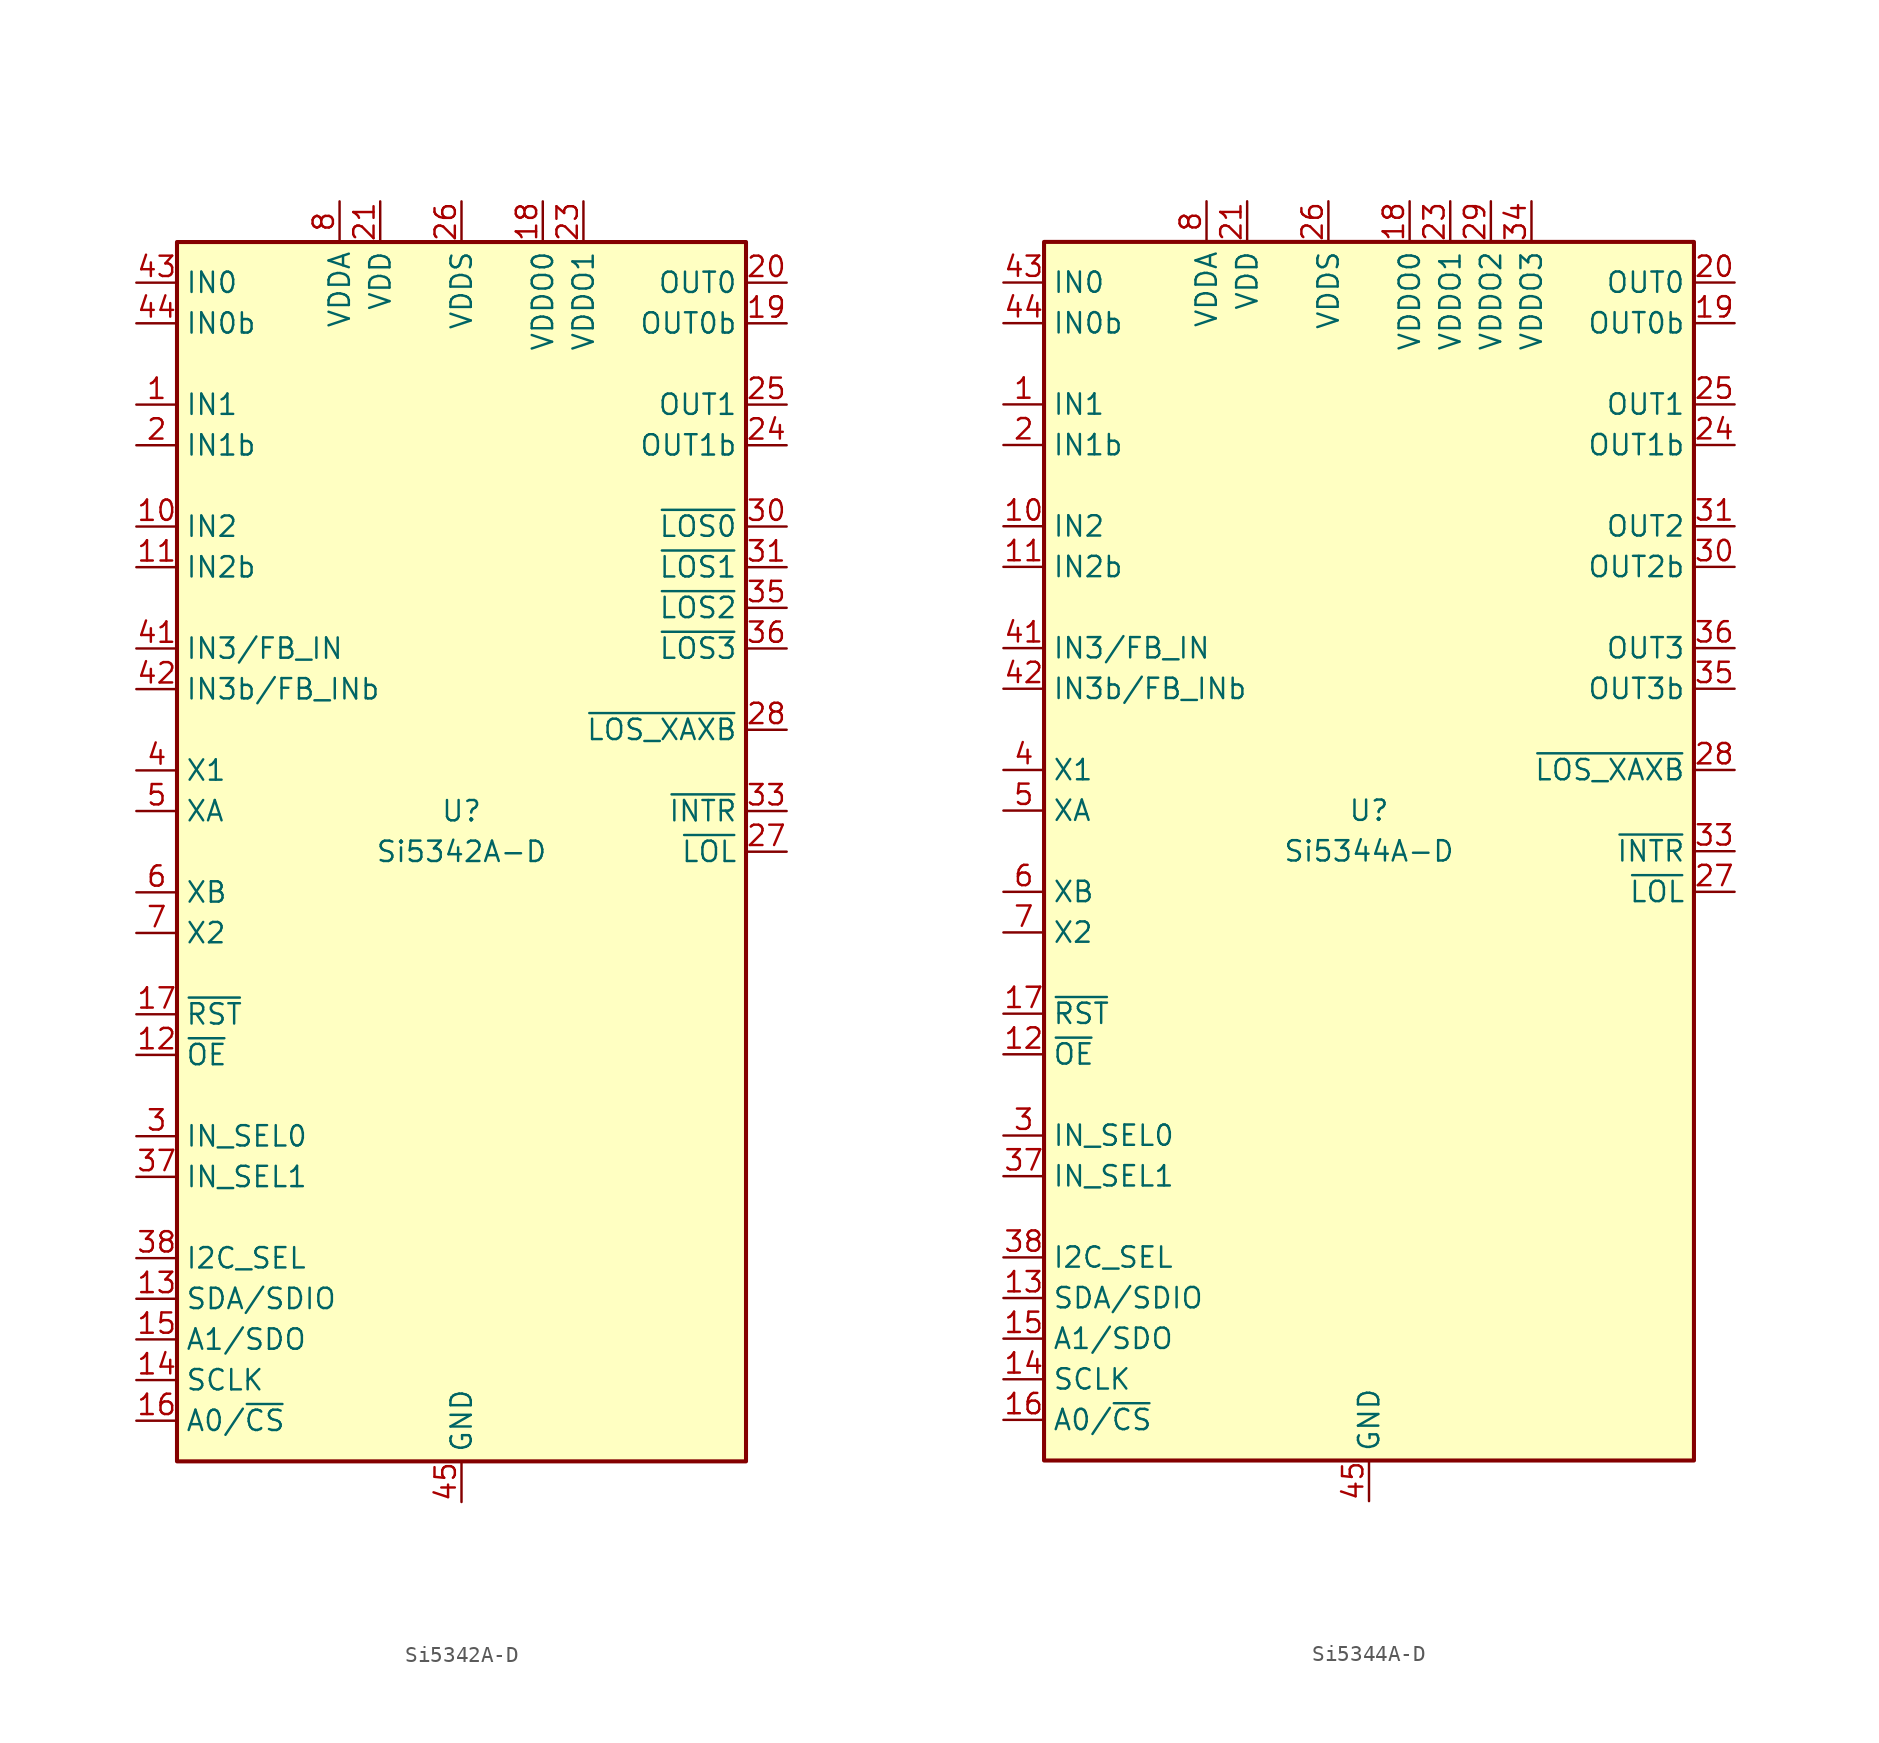
<source format=kicad_sym>
(kicad_symbol_lib
  (version 20211014)
  (generator kicad_symbol_editor)
  (symbol "Si5342A-D"
    (property "Reference" "U"
      (at 0 2.54 0)
      (effects (font (size 1.27 1.27))))
    (property "Value" "Si5342A-D"
      (at 0 0 0)
      (effects (font (size 1.27 1.27))))
    (symbol "Si5342A-D_0_1"
      (rectangle (start -17.78 38.1) (end 17.78 -38.1) (stroke (width 0.254) (type default) (color 0 0 0 0)) (fill (type background))))
    (symbol "Si5342A-D_1_1"
      (pin input line (at -20.32 27.94 0) (length 2.54) (name "IN1" (effects (font (size 1.27 1.27)))) (number "1" (effects (font (size 1.27 1.27)))))
      (pin input line (at -20.32 20.32 0) (length 2.54) (name "IN2" (effects (font (size 1.27 1.27)))) (number "10" (effects (font (size 1.27 1.27)))))
      (pin input line (at -20.32 17.78 0) (length 2.54) (name "IN2b" (effects (font (size 1.27 1.27)))) (number "11" (effects (font (size 1.27 1.27)))))
      (pin input line (at -20.32 -12.7 0) (length 2.54) (name "~{OE}" (effects (font (size 1.27 1.27)))) (number "12" (effects (font (size 1.27 1.27)))))
      (pin bidirectional line (at -20.32 -27.94 0) (length 2.54) (name "SDA/SDIO" (effects (font (size 1.27 1.27)))) (number "13" (effects (font (size 1.27 1.27)))))
      (pin input line (at -20.32 -33.02 0) (length 2.54) (name "SCLK" (effects (font (size 1.27 1.27)))) (number "14" (effects (font (size 1.27 1.27)))))
      (pin bidirectional line (at -20.32 -30.48 0) (length 2.54) (name "A1/SDO" (effects (font (size 1.27 1.27)))) (number "15" (effects (font (size 1.27 1.27)))))
      (pin input line (at -20.32 -35.56 0) (length 2.54) (name "A0/~{CS}" (effects (font (size 1.27 1.27)))) (number "16" (effects (font (size 1.27 1.27)))))
      (pin input line (at -20.32 -10.16 0) (length 2.54) (name "~{RST}" (effects (font (size 1.27 1.27)))) (number "17" (effects (font (size 1.27 1.27)))))
      (pin power_in line (at 5.08 40.64 270) (length 2.54) (name "VDDO0" (effects (font (size 1.27 1.27)))) (number "18" (effects (font (size 1.27 1.27)))))
      (pin output line (at 20.32 33.02 180) (length 2.54) (name "OUT0b" (effects (font (size 1.27 1.27)))) (number "19" (effects (font (size 1.27 1.27)))))
      (pin input line (at -20.32 25.4 0) (length 2.54) (name "IN1b" (effects (font (size 1.27 1.27)))) (number "2" (effects (font (size 1.27 1.27)))))
      (pin output line (at 20.32 35.56 180) (length 2.54) (name "OUT0" (effects (font (size 1.27 1.27)))) (number "20" (effects (font (size 1.27 1.27)))))
      (pin power_in line (at -5.08 40.64 270) (length 2.54) (name "VDD" (effects (font (size 1.27 1.27)))) (number "21" (effects (font (size 1.27 1.27)))))
      (pin no_connect line (at 17.78 -35.56 180) (length 2.54) hide (name "NC" (effects (font (size 1.27 1.27)))) (number "22" (effects (font (size 1.27 1.27)))))
      (pin power_in line (at 7.62 40.64 270) (length 2.54) (name "VDDO1" (effects (font (size 1.27 1.27)))) (number "23" (effects (font (size 1.27 1.27)))))
      (pin output line (at 20.32 25.4 180) (length 2.54) (name "OUT1b" (effects (font (size 1.27 1.27)))) (number "24" (effects (font (size 1.27 1.27)))))
      (pin output line (at 20.32 27.94 180) (length 2.54) (name "OUT1" (effects (font (size 1.27 1.27)))) (number "25" (effects (font (size 1.27 1.27)))))
      (pin power_in line (at 0 40.64 270) (length 2.54) (name "VDDS" (effects (font (size 1.27 1.27)))) (number "26" (effects (font (size 1.27 1.27)))))
      (pin output line (at 20.32 0 180) (length 2.54) (name "~{LOL}" (effects (font (size 1.27 1.27)))) (number "27" (effects (font (size 1.27 1.27)))))
      (pin output line (at 20.32 7.62 180) (length 2.54) (name "~{LOS_XAXB}" (effects (font (size 1.27 1.27)))) (number "28" (effects (font (size 1.27 1.27)))))
      (pin passive line (at 0 40.64 270) (length 2.54) hide (name "VDDS" (effects (font (size 1.27 1.27)))) (number "29" (effects (font (size 1.27 1.27)))))
      (pin input line (at -20.32 -17.78 0) (length 2.54) (name "IN_SEL0" (effects (font (size 1.27 1.27)))) (number "3" (effects (font (size 1.27 1.27)))))
      (pin output line (at 20.32 20.32 180) (length 2.54) (name "~{LOS0}" (effects (font (size 1.27 1.27)))) (number "30" (effects (font (size 1.27 1.27)))))
      (pin output line (at 20.32 17.78 180) (length 2.54) (name "~{LOS1}" (effects (font (size 1.27 1.27)))) (number "31" (effects (font (size 1.27 1.27)))))
      (pin passive line (at -5.08 40.64 270) (length 2.54) hide (name "VDD" (effects (font (size 1.27 1.27)))) (number "32" (effects (font (size 1.27 1.27)))))
      (pin output line (at 20.32 2.54 180) (length 2.54) (name "~{INTR}" (effects (font (size 1.27 1.27)))) (number "33" (effects (font (size 1.27 1.27)))))
      (pin passive line (at 0 40.64 270) (length 2.54) hide (name "VDDS" (effects (font (size 1.27 1.27)))) (number "34" (effects (font (size 1.27 1.27)))))
      (pin output line (at 20.32 15.24 180) (length 2.54) (name "~{LOS2}" (effects (font (size 1.27 1.27)))) (number "35" (effects (font (size 1.27 1.27)))))
      (pin output line (at 20.32 12.7 180) (length 2.54) (name "~{LOS3}" (effects (font (size 1.27 1.27)))) (number "36" (effects (font (size 1.27 1.27)))))
      (pin input line (at -20.32 -20.32 0) (length 2.54) (name "IN_SEL1" (effects (font (size 1.27 1.27)))) (number "37" (effects (font (size 1.27 1.27)))))
      (pin input line (at -20.32 -25.4 0) (length 2.54) (name "I2C_SEL" (effects (font (size 1.27 1.27)))) (number "38" (effects (font (size 1.27 1.27)))))
      (pin passive line (at -5.08 40.64 270) (length 2.54) hide (name "VDD" (effects (font (size 1.27 1.27)))) (number "39" (effects (font (size 1.27 1.27)))))
      (pin input line (at -20.32 5.08 0) (length 2.54) (name "X1" (effects (font (size 1.27 1.27)))) (number "4" (effects (font (size 1.27 1.27)))))
      (pin passive line (at -5.08 40.64 270) (length 2.54) hide (name "VDD" (effects (font (size 1.27 1.27)))) (number "40" (effects (font (size 1.27 1.27)))))
      (pin input line (at -20.32 12.7 0) (length 2.54) (name "IN3/FB_IN" (effects (font (size 1.27 1.27)))) (number "41" (effects (font (size 1.27 1.27)))))
      (pin input line (at -20.32 10.16 0) (length 2.54) (name "IN3b/FB_INb" (effects (font (size 1.27 1.27)))) (number "42" (effects (font (size 1.27 1.27)))))
      (pin input line (at -20.32 35.56 0) (length 2.54) (name "IN0" (effects (font (size 1.27 1.27)))) (number "43" (effects (font (size 1.27 1.27)))))
      (pin input line (at -20.32 33.02 0) (length 2.54) (name "IN0b" (effects (font (size 1.27 1.27)))) (number "44" (effects (font (size 1.27 1.27)))))
      (pin power_in line (at 0 -40.64 90) (length 2.54) (name "GND" (effects (font (size 1.27 1.27)))) (number "45" (effects (font (size 1.27 1.27)))))
      (pin input line (at -20.32 2.54 0) (length 2.54) (name "XA" (effects (font (size 1.27 1.27)))) (number "5" (effects (font (size 1.27 1.27)))))
      (pin input line (at -20.32 -2.54 0) (length 2.54) (name "XB" (effects (font (size 1.27 1.27)))) (number "6" (effects (font (size 1.27 1.27)))))
      (pin input line (at -20.32 -5.08 0) (length 2.54) (name "X2" (effects (font (size 1.27 1.27)))) (number "7" (effects (font (size 1.27 1.27)))))
      (pin power_in line (at -7.62 40.64 270) (length 2.54) (name "VDDA" (effects (font (size 1.27 1.27)))) (number "8" (effects (font (size 1.27 1.27)))))
      (pin passive line (at -7.62 40.64 270) (length 2.54) hide (name "VDDA" (effects (font (size 1.27 1.27)))) (number "9" (effects (font (size 1.27 1.27)))))))
  (symbol "Si5344A-D"
    (property "Reference" "U"
      (at 0 2.54 0)
      (effects (font (size 1.27 1.27))))
    (property "Value" "Si5344A-D"
      (at 0 0 0)
      (effects (font (size 1.27 1.27))))
    (symbol "Si5344A-D_0_1"
      (rectangle (start -20.32 38.1) (end 20.32 -38.1) (stroke (width 0.254) (type default) (color 0 0 0 0)) (fill (type background))))
    (symbol "Si5344A-D_1_1"
      (pin input line (at -22.86 27.94 0) (length 2.54) (name "IN1" (effects (font (size 1.27 1.27)))) (number "1" (effects (font (size 1.27 1.27)))))
      (pin input line (at -22.86 20.32 0) (length 2.54) (name "IN2" (effects (font (size 1.27 1.27)))) (number "10" (effects (font (size 1.27 1.27)))))
      (pin input line (at -22.86 17.78 0) (length 2.54) (name "IN2b" (effects (font (size 1.27 1.27)))) (number "11" (effects (font (size 1.27 1.27)))))
      (pin input line (at -22.86 -12.7 0) (length 2.54) (name "~{OE}" (effects (font (size 1.27 1.27)))) (number "12" (effects (font (size 1.27 1.27)))))
      (pin bidirectional line (at -22.86 -27.94 0) (length 2.54) (name "SDA/SDIO" (effects (font (size 1.27 1.27)))) (number "13" (effects (font (size 1.27 1.27)))))
      (pin input line (at -22.86 -33.02 0) (length 2.54) (name "SCLK" (effects (font (size 1.27 1.27)))) (number "14" (effects (font (size 1.27 1.27)))))
      (pin bidirectional line (at -22.86 -30.48 0) (length 2.54) (name "A1/SDO" (effects (font (size 1.27 1.27)))) (number "15" (effects (font (size 1.27 1.27)))))
      (pin input line (at -22.86 -35.56 0) (length 2.54) (name "A0/~{CS}" (effects (font (size 1.27 1.27)))) (number "16" (effects (font (size 1.27 1.27)))))
      (pin input line (at -22.86 -10.16 0) (length 2.54) (name "~{RST}" (effects (font (size 1.27 1.27)))) (number "17" (effects (font (size 1.27 1.27)))))
      (pin power_in line (at 2.54 40.64 270) (length 2.54) (name "VDDO0" (effects (font (size 1.27 1.27)))) (number "18" (effects (font (size 1.27 1.27)))))
      (pin output line (at 22.86 33.02 180) (length 2.54) (name "OUT0b" (effects (font (size 1.27 1.27)))) (number "19" (effects (font (size 1.27 1.27)))))
      (pin input line (at -22.86 25.4 0) (length 2.54) (name "IN1b" (effects (font (size 1.27 1.27)))) (number "2" (effects (font (size 1.27 1.27)))))
      (pin output line (at 22.86 35.56 180) (length 2.54) (name "OUT0" (effects (font (size 1.27 1.27)))) (number "20" (effects (font (size 1.27 1.27)))))
      (pin power_in line (at -7.62 40.64 270) (length 2.54) (name "VDD" (effects (font (size 1.27 1.27)))) (number "21" (effects (font (size 1.27 1.27)))))
      (pin no_connect line (at 20.32 -35.56 180) (length 2.54) hide (name "NC" (effects (font (size 1.27 1.27)))) (number "22" (effects (font (size 1.27 1.27)))))
      (pin power_in line (at 5.08 40.64 270) (length 2.54) (name "VDDO1" (effects (font (size 1.27 1.27)))) (number "23" (effects (font (size 1.27 1.27)))))
      (pin output line (at 22.86 25.4 180) (length 2.54) (name "OUT1b" (effects (font (size 1.27 1.27)))) (number "24" (effects (font (size 1.27 1.27)))))
      (pin output line (at 22.86 27.94 180) (length 2.54) (name "OUT1" (effects (font (size 1.27 1.27)))) (number "25" (effects (font (size 1.27 1.27)))))
      (pin power_in line (at -2.54 40.64 270) (length 2.54) (name "VDDS" (effects (font (size 1.27 1.27)))) (number "26" (effects (font (size 1.27 1.27)))))
      (pin output line (at 22.86 -2.54 180) (length 2.54) (name "~{LOL}" (effects (font (size 1.27 1.27)))) (number "27" (effects (font (size 1.27 1.27)))))
      (pin output line (at 22.86 5.08 180) (length 2.54) (name "~{LOS_XAXB}" (effects (font (size 1.27 1.27)))) (number "28" (effects (font (size 1.27 1.27)))))
      (pin power_in line (at 7.62 40.64 270) (length 2.54) (name "VDDO2" (effects (font (size 1.27 1.27)))) (number "29" (effects (font (size 1.27 1.27)))))
      (pin input line (at -22.86 -17.78 0) (length 2.54) (name "IN_SEL0" (effects (font (size 1.27 1.27)))) (number "3" (effects (font (size 1.27 1.27)))))
      (pin output line (at 22.86 17.78 180) (length 2.54) (name "OUT2b" (effects (font (size 1.27 1.27)))) (number "30" (effects (font (size 1.27 1.27)))))
      (pin output line (at 22.86 20.32 180) (length 2.54) (name "OUT2" (effects (font (size 1.27 1.27)))) (number "31" (effects (font (size 1.27 1.27)))))
      (pin passive line (at -7.62 40.64 270) (length 2.54) hide (name "VDD" (effects (font (size 1.27 1.27)))) (number "32" (effects (font (size 1.27 1.27)))))
      (pin output line (at 22.86 0 180) (length 2.54) (name "~{INTR}" (effects (font (size 1.27 1.27)))) (number "33" (effects (font (size 1.27 1.27)))))
      (pin power_in line (at 10.16 40.64 270) (length 2.54) (name "VDDO3" (effects (font (size 1.27 1.27)))) (number "34" (effects (font (size 1.27 1.27)))))
      (pin output line (at 22.86 10.16 180) (length 2.54) (name "OUT3b" (effects (font (size 1.27 1.27)))) (number "35" (effects (font (size 1.27 1.27)))))
      (pin output line (at 22.86 12.7 180) (length 2.54) (name "OUT3" (effects (font (size 1.27 1.27)))) (number "36" (effects (font (size 1.27 1.27)))))
      (pin input line (at -22.86 -20.32 0) (length 2.54) (name "IN_SEL1" (effects (font (size 1.27 1.27)))) (number "37" (effects (font (size 1.27 1.27)))))
      (pin input line (at -22.86 -25.4 0) (length 2.54) (name "I2C_SEL" (effects (font (size 1.27 1.27)))) (number "38" (effects (font (size 1.27 1.27)))))
      (pin passive line (at -7.62 40.64 270) (length 2.54) hide (name "VDD" (effects (font (size 1.27 1.27)))) (number "39" (effects (font (size 1.27 1.27)))))
      (pin input line (at -22.86 5.08 0) (length 2.54) (name "X1" (effects (font (size 1.27 1.27)))) (number "4" (effects (font (size 1.27 1.27)))))
      (pin passive line (at -7.62 40.64 270) (length 2.54) hide (name "VDD" (effects (font (size 1.27 1.27)))) (number "40" (effects (font (size 1.27 1.27)))))
      (pin input line (at -22.86 12.7 0) (length 2.54) (name "IN3/FB_IN" (effects (font (size 1.27 1.27)))) (number "41" (effects (font (size 1.27 1.27)))))
      (pin input line (at -22.86 10.16 0) (length 2.54) (name "IN3b/FB_INb" (effects (font (size 1.27 1.27)))) (number "42" (effects (font (size 1.27 1.27)))))
      (pin input line (at -22.86 35.56 0) (length 2.54) (name "IN0" (effects (font (size 1.27 1.27)))) (number "43" (effects (font (size 1.27 1.27)))))
      (pin input line (at -22.86 33.02 0) (length 2.54) (name "IN0b" (effects (font (size 1.27 1.27)))) (number "44" (effects (font (size 1.27 1.27)))))
      (pin power_in line (at 0 -40.64 90) (length 2.54) (name "GND" (effects (font (size 1.27 1.27)))) (number "45" (effects (font (size 1.27 1.27)))))
      (pin input line (at -22.86 2.54 0) (length 2.54) (name "XA" (effects (font (size 1.27 1.27)))) (number "5" (effects (font (size 1.27 1.27)))))
      (pin input line (at -22.86 -2.54 0) (length 2.54) (name "XB" (effects (font (size 1.27 1.27)))) (number "6" (effects (font (size 1.27 1.27)))))
      (pin input line (at -22.86 -5.08 0) (length 2.54) (name "X2" (effects (font (size 1.27 1.27)))) (number "7" (effects (font (size 1.27 1.27)))))
      (pin power_in line (at -10.16 40.64 270) (length 2.54) (name "VDDA" (effects (font (size 1.27 1.27)))) (number "8" (effects (font (size 1.27 1.27)))))
      (pin passive line (at -10.16 40.64 270) (length 2.54) hide (name "VDDA" (effects (font (size 1.27 1.27)))) (number "9" (effects (font (size 1.27 1.27))))))))
</source>
